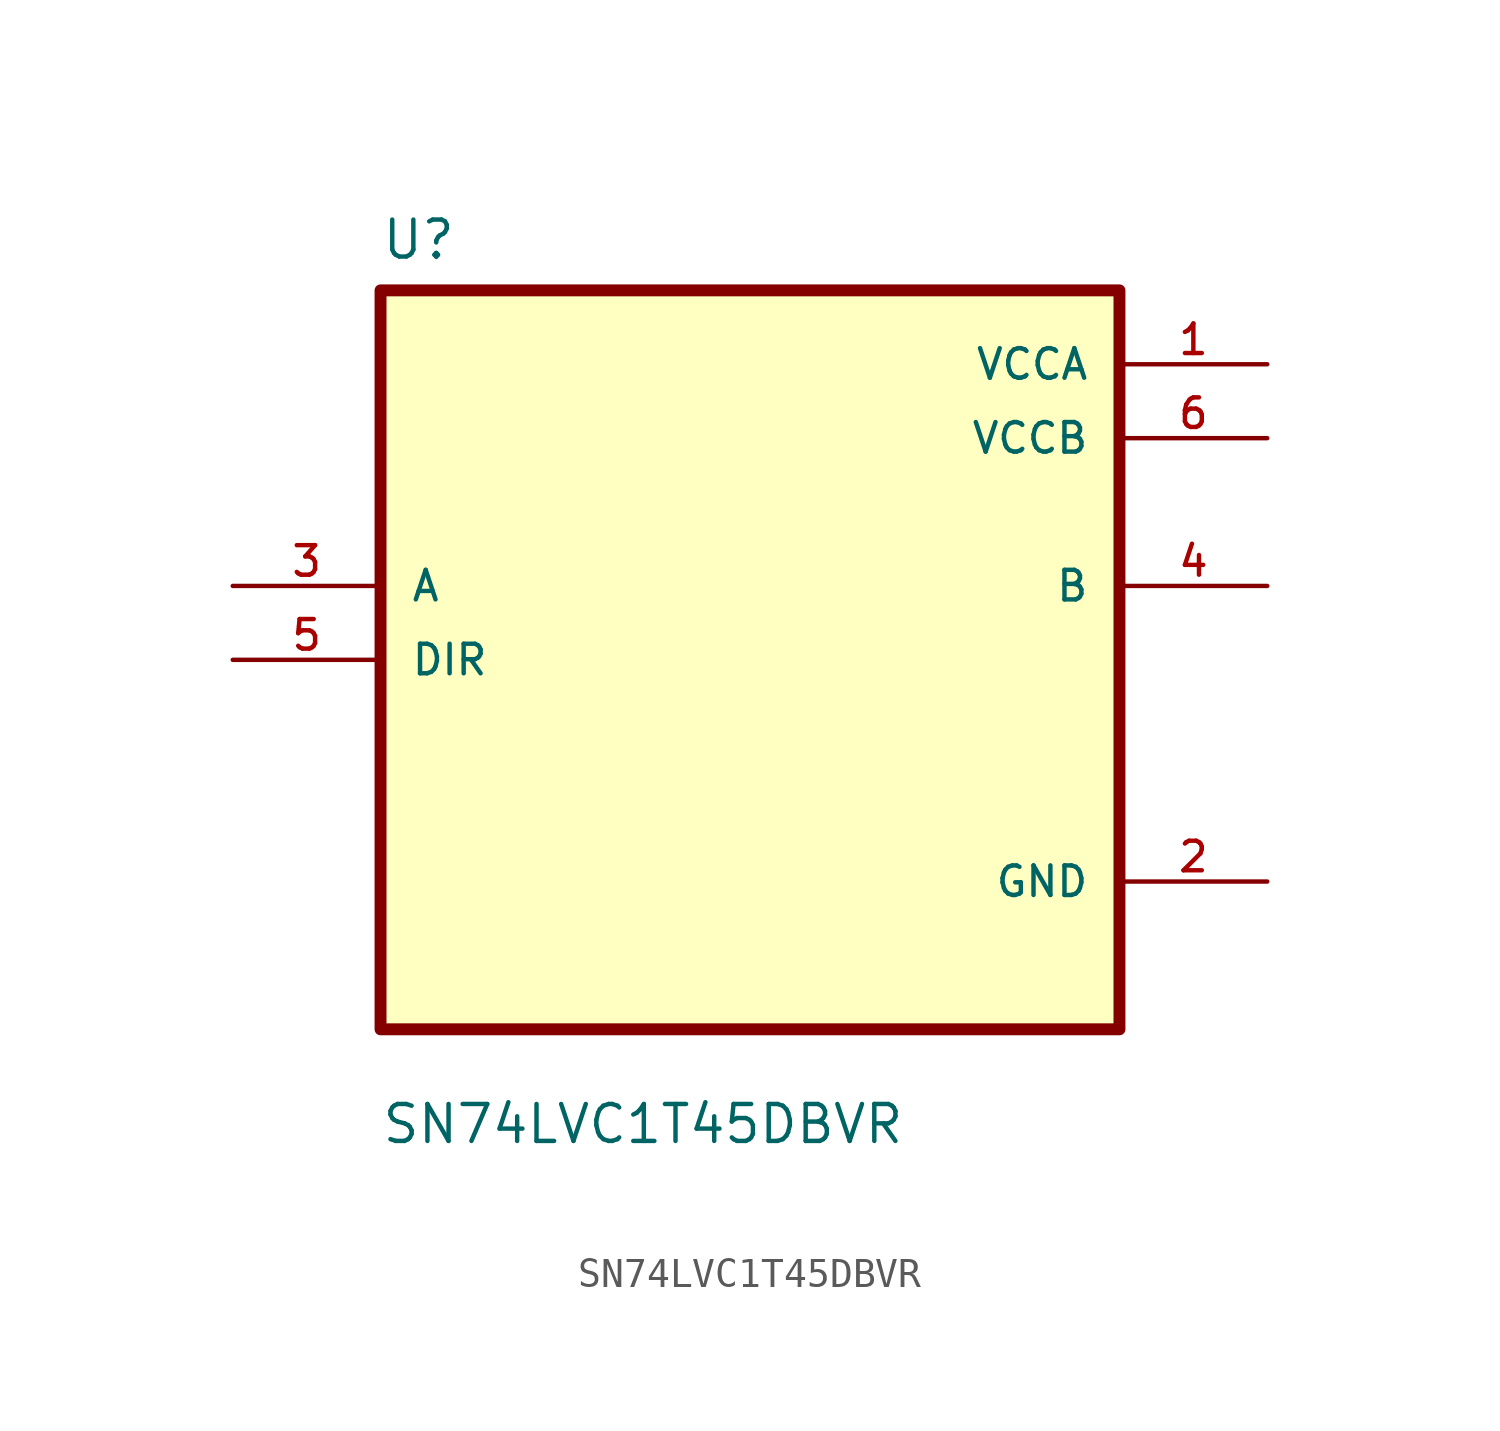
<source format=kicad_sym>
(kicad_symbol_lib
  (version 20211014)
  (generator kicad_symbol_editor)
  (symbol "SN74LVC1T45DBVR"
    (pin_names
      (offset 1.016))
    (property "Reference" "U"
      (at -12.7 13.7 0.0)
      (effects (font (size 1.27 1.27)) (justify bottom left)))
    (property "Value" "SN74LVC1T45DBVR"
      (at -12.7 -16.7 0.0)
      (effects (font (size 1.27 1.27)) (justify bottom left)))
    (symbol "SN74LVC1T45DBVR_0_0"
      (rectangle (start -12.7 -12.7) (end 12.7 12.7) (stroke (width 0.41)) (fill (type background)))
      (pin input line (at -17.78 2.54 0) (length 5.08) (name "A" (effects (font (size 1.016 1.016)))) (number "3" (effects (font (size 1.016 1.016)))))
      (pin input line (at -17.78 -8.88178e-16 0) (length 5.08) (name "DIR" (effects (font (size 1.016 1.016)))) (number "5" (effects (font (size 1.016 1.016)))))
      (pin power_in line (at 17.78 10.16 180.0) (length 5.08) (name "VCCA" (effects (font (size 1.016 1.016)))) (number "1" (effects (font (size 1.016 1.016)))))
      (pin power_in line (at 17.78 7.62 180.0) (length 5.08) (name "VCCB" (effects (font (size 1.016 1.016)))) (number "6" (effects (font (size 1.016 1.016)))))
      (pin output line (at 17.78 2.54 180.0) (length 5.08) (name "B" (effects (font (size 1.016 1.016)))) (number "4" (effects (font (size 1.016 1.016)))))
      (pin power_in line (at 17.78 -7.62 180.0) (length 5.08) (name "GND" (effects (font (size 1.016 1.016)))) (number "2" (effects (font (size 1.016 1.016))))))))
</source>
